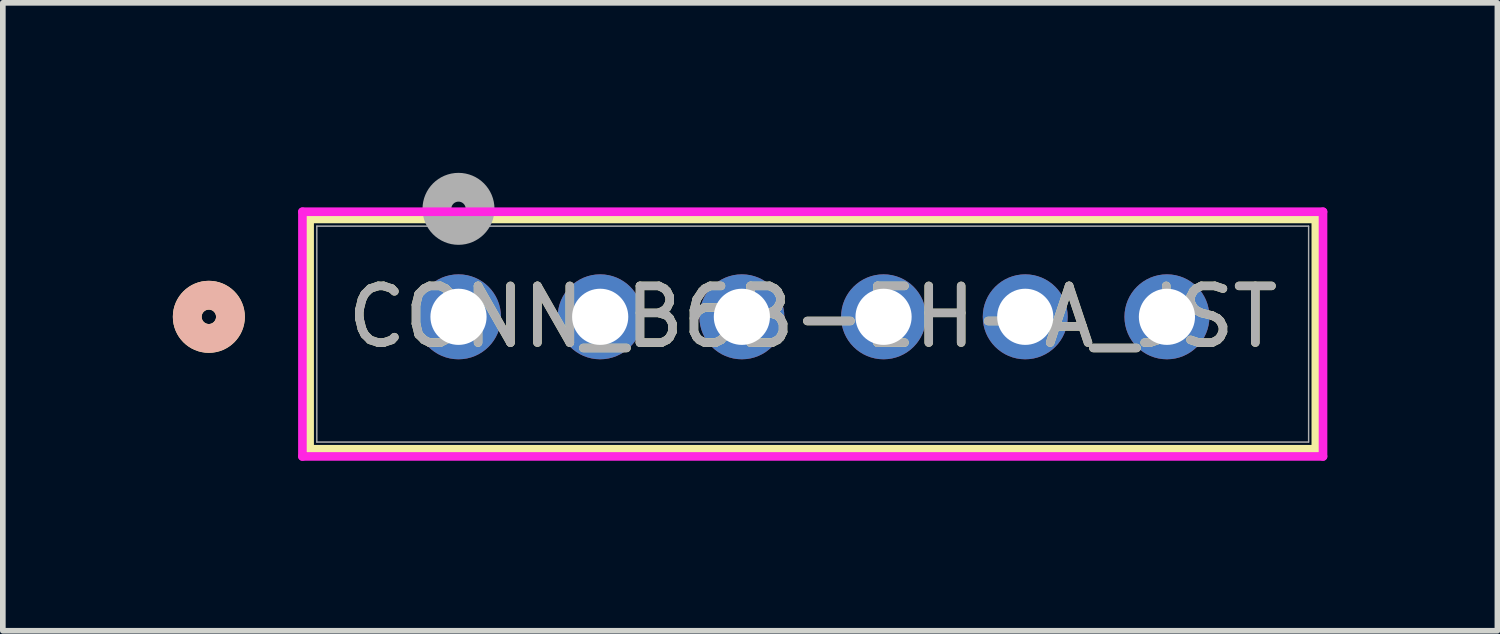
<source format=kicad_pcb>
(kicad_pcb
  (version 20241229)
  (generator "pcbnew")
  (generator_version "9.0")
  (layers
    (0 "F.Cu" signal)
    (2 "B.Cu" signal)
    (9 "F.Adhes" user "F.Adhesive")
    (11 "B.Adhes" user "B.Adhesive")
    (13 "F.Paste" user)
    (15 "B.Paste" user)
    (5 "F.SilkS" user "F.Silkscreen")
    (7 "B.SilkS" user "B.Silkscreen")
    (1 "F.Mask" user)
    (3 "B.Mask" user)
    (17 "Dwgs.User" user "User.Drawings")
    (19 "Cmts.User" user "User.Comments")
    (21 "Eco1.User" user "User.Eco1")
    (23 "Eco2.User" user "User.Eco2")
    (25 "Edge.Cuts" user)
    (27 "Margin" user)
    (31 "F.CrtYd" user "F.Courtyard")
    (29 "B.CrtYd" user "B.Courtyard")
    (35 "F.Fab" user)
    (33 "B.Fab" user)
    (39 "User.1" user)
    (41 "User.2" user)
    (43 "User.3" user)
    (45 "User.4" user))
  (footprint "CONN_B6B-EH-A_JST"
    (layer "F.Cu")
    (at 5.04 2.54)
    (property "Reference" "CONN_B6B-EH-A_JST" (at 6.25 0 0) (unlocked yes) (layer "F.SilkS") (effects (font (size 1 1) (thickness 0.15))))
    (attr through_hole)
    (fp_line (start -2.627 -1.727) (end -2.627 2.337) (stroke (width 0.152) (type solid)) (layer "F.SilkS"))
    (fp_line (start -2.627 2.337) (end 15.127 2.337) (stroke (width 0.152) (type solid)) (layer "F.SilkS"))
    (fp_line (start 15.127 -1.727) (end -2.627 -1.727) (stroke (width 0.152) (type solid)) (layer "F.SilkS"))
    (fp_line (start 15.127 2.337) (end 15.127 -1.727) (stroke (width 0.152) (type solid)) (layer "F.SilkS"))
    (fp_circle (center -4.405 0) (end -4.024 0) (stroke (width 0.508) (type solid)) (fill no) (layer "F.SilkS"))
    (fp_circle (center -4.405 0) (end -4.024 0) (stroke (width 0.508) (type solid)) (fill no) (layer "B.SilkS"))
    (fp_line (start -2.754 -1.854) (end -2.754 2.464) (stroke (width 0.152) (type solid)) (layer "F.CrtYd"))
    (fp_line (start -2.754 2.464) (end 15.254 2.464) (stroke (width 0.152) (type solid)) (layer "F.CrtYd"))
    (fp_line (start 15.254 -1.854) (end -2.754 -1.854) (stroke (width 0.152) (type solid)) (layer "F.CrtYd"))
    (fp_line (start 15.254 2.464) (end 15.254 -1.854) (stroke (width 0.152) (type solid)) (layer "F.CrtYd"))
    (fp_line (start -2.5 -1.6) (end -2.5 2.21) (stroke (width 0.025) (type solid)) (layer "F.Fab"))
    (fp_line (start -2.5 2.21) (end 15 2.21) (stroke (width 0.025) (type solid)) (layer "F.Fab"))
    (fp_line (start 15 -1.6) (end -2.5 -1.6) (stroke (width 0.025) (type solid)) (layer "F.Fab"))
    (fp_line (start 15 2.21) (end 15 -1.6) (stroke (width 0.025) (type solid)) (layer "F.Fab"))
    (fp_circle (center 0 -1.905) (end 0.381 -1.905) (stroke (width 0.508) (type solid)) (fill no) (layer "F.Fab"))
    (fp_text user "${REFERENCE}" (at 6.25 0 0) (unlocked yes) (layer "F.Fab") (effects (font (size 1 1) (thickness 0.15))))
    (pad "1" thru_hole circle (at 0 0) (size 1.499 1.499) (drill 0.991) (layers "*.Cu" "*.Mask"))
    (pad "2" thru_hole circle (at 2.5 0) (size 1.499 1.499) (drill 0.991) (layers "*.Cu" "*.Mask"))
    (pad "3" thru_hole circle (at 5 0) (size 1.499 1.499) (drill 0.991) (layers "*.Cu" "*.Mask"))
    (pad "4" thru_hole circle (at 7.5 0) (size 1.499 1.499) (drill 0.991) (layers "*.Cu" "*.Mask"))
    (pad "5" thru_hole circle (at 10 0) (size 1.499 1.499) (drill 0.991) (layers "*.Cu" "*.Mask"))
    (pad "6" thru_hole circle (at 12.5 0) (size 1.499 1.499) (drill 0.991) (layers "*.Cu" "*.Mask")))
  (gr_rect
    (start -3 -3)
    (end 23.371 8.08)
    (stroke (width 0.1) (type default))
    (fill no)
    (layer "Edge.Cuts")))
</source>
